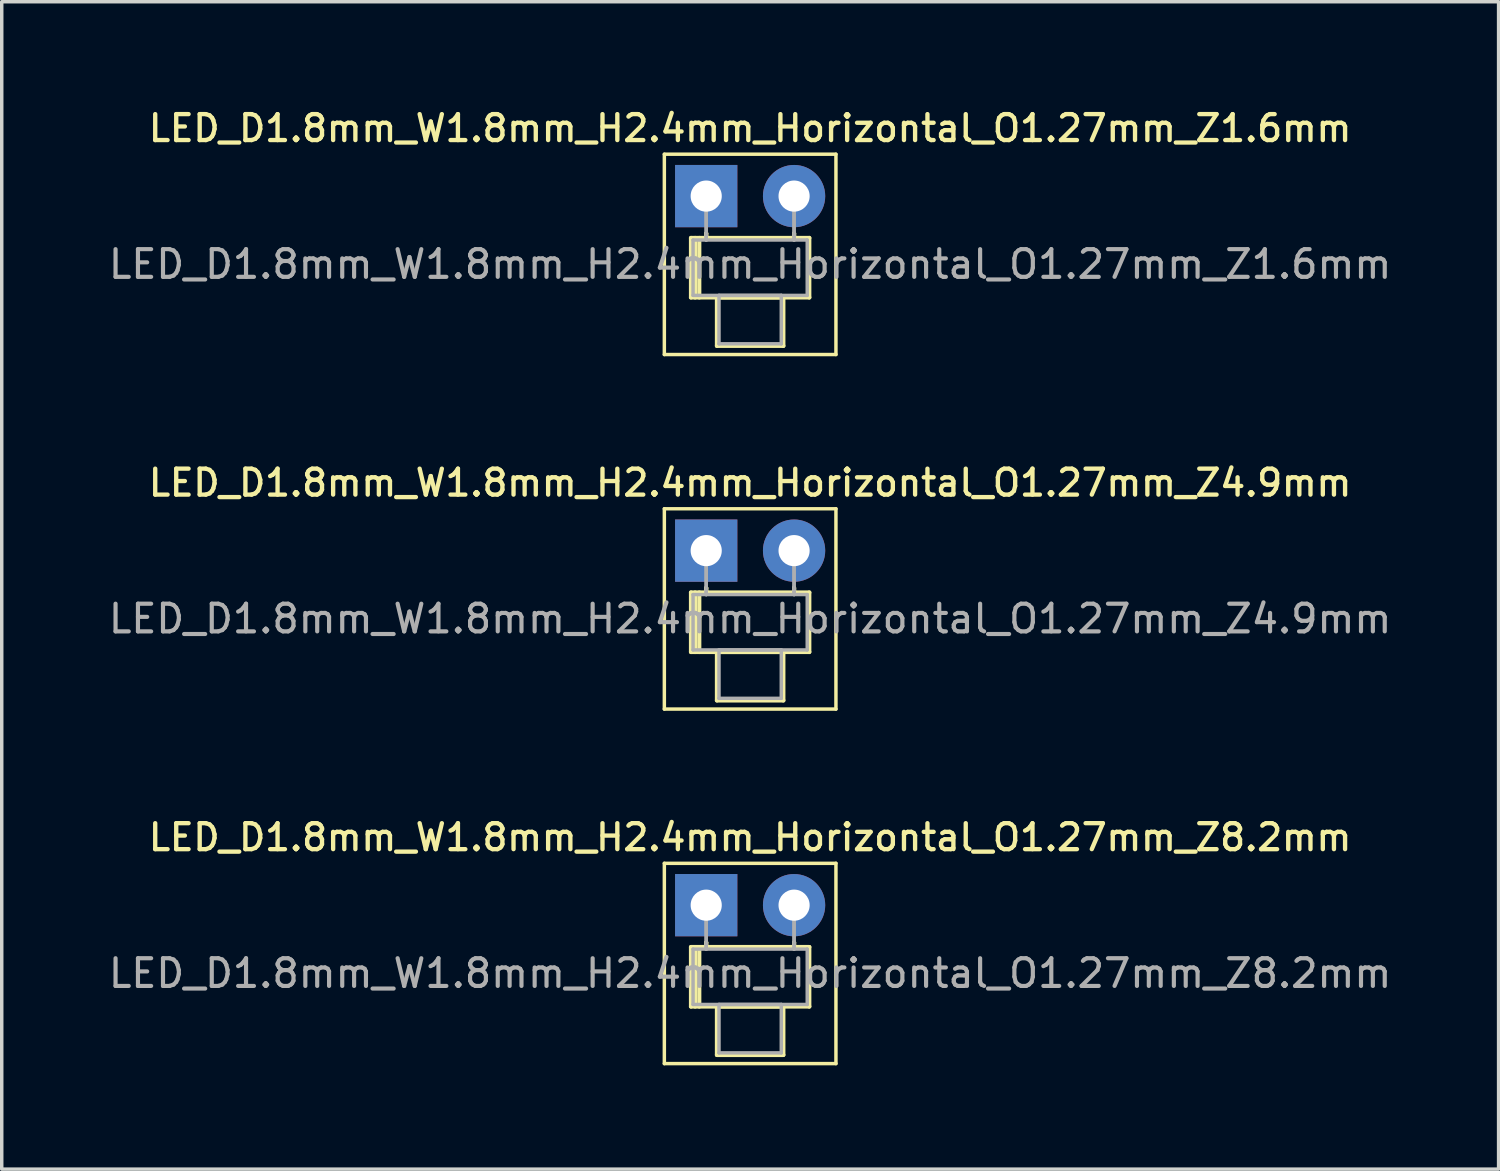
<source format=kicad_pcb>
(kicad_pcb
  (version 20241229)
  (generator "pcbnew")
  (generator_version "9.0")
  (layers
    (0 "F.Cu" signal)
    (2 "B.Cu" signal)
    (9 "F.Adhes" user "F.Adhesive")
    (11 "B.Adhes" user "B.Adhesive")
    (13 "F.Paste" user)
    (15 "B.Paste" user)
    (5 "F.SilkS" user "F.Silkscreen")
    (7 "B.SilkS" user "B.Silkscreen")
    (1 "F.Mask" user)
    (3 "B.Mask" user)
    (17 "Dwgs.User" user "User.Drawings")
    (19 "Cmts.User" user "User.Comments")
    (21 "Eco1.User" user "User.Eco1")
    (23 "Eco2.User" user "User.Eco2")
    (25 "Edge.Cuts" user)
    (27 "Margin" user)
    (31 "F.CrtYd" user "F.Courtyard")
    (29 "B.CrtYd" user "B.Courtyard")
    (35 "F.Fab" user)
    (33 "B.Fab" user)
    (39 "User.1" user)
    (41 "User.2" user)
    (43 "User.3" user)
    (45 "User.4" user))
  (footprint "LED_D1.8mm_W1.8mm_H2.4mm_Horizontal_O1.27mm_Z8.2mm"
    (layer "F.Cu")
    (at 17.363 23.114)
    (property "Reference" "LED_D1.8mm_W1.8mm_H2.4mm_Horizontal_O1.27mm_Z8.2mm" (at 1.27 -1.96 0) (layer "F.SilkS") (effects (font (size 0.75 0.75) (thickness 0.125))))
    (attr through_hole)
    (fp_line (start -1.21 -1.21) (end -1.21 4.58) (stroke (width 0.1) (type solid)) (layer "F.SilkS"))
    (fp_line (start -1.21 4.58) (end 3.75 4.58) (stroke (width 0.1) (type solid)) (layer "F.SilkS"))
    (fp_line (start -0.44 1.21) (end -0.44 2.93) (stroke (width 0.12) (type solid)) (layer "F.SilkS"))
    (fp_line (start -0.44 2.93) (end 2.98 2.93) (stroke (width 0.12) (type solid)) (layer "F.SilkS"))
    (fp_line (start -0.32 1.21) (end -0.32 2.93) (stroke (width 0.12) (type solid)) (layer "F.SilkS"))
    (fp_line (start -0.2 1.21) (end -0.2 2.93) (stroke (width 0.12) (type solid)) (layer "F.SilkS"))
    (fp_line (start 0 1.08) (end 0 1.08) (stroke (width 0.12) (type solid)) (layer "F.SilkS"))
    (fp_line (start 0 1.08) (end 0 1.21) (stroke (width 0.12) (type solid)) (layer "F.SilkS"))
    (fp_line (start 0 1.21) (end 0 1.08) (stroke (width 0.12) (type solid)) (layer "F.SilkS"))
    (fp_line (start 0 1.21) (end 0 1.21) (stroke (width 0.12) (type solid)) (layer "F.SilkS"))
    (fp_line (start 0.31 2.93) (end 0.31 4.33) (stroke (width 0.12) (type solid)) (layer "F.SilkS"))
    (fp_line (start 0.31 4.33) (end 2.23 4.33) (stroke (width 0.12) (type solid)) (layer "F.SilkS"))
    (fp_line (start 2.23 2.93) (end 0.31 2.93) (stroke (width 0.12) (type solid)) (layer "F.SilkS"))
    (fp_line (start 2.23 4.33) (end 2.23 2.93) (stroke (width 0.12) (type solid)) (layer "F.SilkS"))
    (fp_line (start 2.54 1.08) (end 2.54 1.08) (stroke (width 0.12) (type solid)) (layer "F.SilkS"))
    (fp_line (start 2.54 1.08) (end 2.54 1.21) (stroke (width 0.12) (type solid)) (layer "F.SilkS"))
    (fp_line (start 2.54 1.21) (end 2.54 1.08) (stroke (width 0.12) (type solid)) (layer "F.SilkS"))
    (fp_line (start 2.54 1.21) (end 2.54 1.21) (stroke (width 0.12) (type solid)) (layer "F.SilkS"))
    (fp_line (start 2.98 1.21) (end -0.44 1.21) (stroke (width 0.12) (type solid)) (layer "F.SilkS"))
    (fp_line (start 2.98 2.93) (end 2.98 1.21) (stroke (width 0.12) (type solid)) (layer "F.SilkS"))
    (fp_line (start 3.75 -1.21) (end -1.21 -1.21) (stroke (width 0.1) (type solid)) (layer "F.SilkS"))
    (fp_line (start 3.75 4.58) (end 3.75 -1.21) (stroke (width 0.1) (type solid)) (layer "F.SilkS"))
    (fp_line (start -0.38 1.27) (end -0.38 2.87) (stroke (width 0.1) (type solid)) (layer "F.Fab"))
    (fp_line (start -0.38 2.87) (end 2.92 2.87) (stroke (width 0.1) (type solid)) (layer "F.Fab"))
    (fp_line (start 0 0) (end 0 0) (stroke (width 0.1) (type solid)) (layer "F.Fab"))
    (fp_line (start 0 0) (end 0 1.27) (stroke (width 0.1) (type solid)) (layer "F.Fab"))
    (fp_line (start 0 1.27) (end 0 0) (stroke (width 0.1) (type solid)) (layer "F.Fab"))
    (fp_line (start 0 1.27) (end 0 1.27) (stroke (width 0.1) (type solid)) (layer "F.Fab"))
    (fp_line (start 0.37 2.87) (end 0.37 4.27) (stroke (width 0.1) (type solid)) (layer "F.Fab"))
    (fp_line (start 0.37 4.27) (end 2.17 4.27) (stroke (width 0.1) (type solid)) (layer "F.Fab"))
    (fp_line (start 2.17 2.87) (end 0.37 2.87) (stroke (width 0.1) (type solid)) (layer "F.Fab"))
    (fp_line (start 2.17 4.27) (end 2.17 2.87) (stroke (width 0.1) (type solid)) (layer "F.Fab"))
    (fp_line (start 2.54 0) (end 2.54 0) (stroke (width 0.1) (type solid)) (layer "F.Fab"))
    (fp_line (start 2.54 0) (end 2.54 1.27) (stroke (width 0.1) (type solid)) (layer "F.Fab"))
    (fp_line (start 2.54 1.27) (end 2.54 0) (stroke (width 0.1) (type solid)) (layer "F.Fab"))
    (fp_line (start 2.54 1.27) (end 2.54 1.27) (stroke (width 0.1) (type solid)) (layer "F.Fab"))
    (fp_line (start 2.92 1.27) (end -0.38 1.27) (stroke (width 0.1) (type solid)) (layer "F.Fab"))
    (fp_line (start 2.92 2.87) (end 2.92 1.27) (stroke (width 0.1) (type solid)) (layer "F.Fab"))
    (fp_text user "${REFERENCE}" (at 1.27 1.97 0) (layer "F.Fab") (effects (font (size 0.8 0.8) (thickness 0.12))))
    (pad "1" thru_hole rect (at 0 0) (size 1.8 1.8) (drill 0.9) (layers "*.Cu" "*.Mask"))
    (pad "2" thru_hole circle (at 2.54 0) (size 1.8 1.8) (drill 0.9) (layers "*.Cu" "*.Mask")))
  (footprint "LED_D1.8mm_W1.8mm_H2.4mm_Horizontal_O1.27mm_Z4.9mm"
    (layer "F.Cu")
    (at 17.363 12.866)
    (property "Reference" "LED_D1.8mm_W1.8mm_H2.4mm_Horizontal_O1.27mm_Z4.9mm" (at 1.27 -1.96 0) (layer "F.SilkS") (effects (font (size 0.75 0.75) (thickness 0.125))))
    (attr through_hole)
    (fp_line (start -1.21 -1.21) (end -1.21 4.58) (stroke (width 0.1) (type solid)) (layer "F.SilkS"))
    (fp_line (start -1.21 4.58) (end 3.75 4.58) (stroke (width 0.1) (type solid)) (layer "F.SilkS"))
    (fp_line (start -0.44 1.21) (end -0.44 2.93) (stroke (width 0.12) (type solid)) (layer "F.SilkS"))
    (fp_line (start -0.44 2.93) (end 2.98 2.93) (stroke (width 0.12) (type solid)) (layer "F.SilkS"))
    (fp_line (start -0.32 1.21) (end -0.32 2.93) (stroke (width 0.12) (type solid)) (layer "F.SilkS"))
    (fp_line (start -0.2 1.21) (end -0.2 2.93) (stroke (width 0.12) (type solid)) (layer "F.SilkS"))
    (fp_line (start 0 1.08) (end 0 1.08) (stroke (width 0.12) (type solid)) (layer "F.SilkS"))
    (fp_line (start 0 1.08) (end 0 1.21) (stroke (width 0.12) (type solid)) (layer "F.SilkS"))
    (fp_line (start 0 1.21) (end 0 1.08) (stroke (width 0.12) (type solid)) (layer "F.SilkS"))
    (fp_line (start 0 1.21) (end 0 1.21) (stroke (width 0.12) (type solid)) (layer "F.SilkS"))
    (fp_line (start 0.31 2.93) (end 0.31 4.33) (stroke (width 0.12) (type solid)) (layer "F.SilkS"))
    (fp_line (start 0.31 4.33) (end 2.23 4.33) (stroke (width 0.12) (type solid)) (layer "F.SilkS"))
    (fp_line (start 2.23 2.93) (end 0.31 2.93) (stroke (width 0.12) (type solid)) (layer "F.SilkS"))
    (fp_line (start 2.23 4.33) (end 2.23 2.93) (stroke (width 0.12) (type solid)) (layer "F.SilkS"))
    (fp_line (start 2.54 1.08) (end 2.54 1.08) (stroke (width 0.12) (type solid)) (layer "F.SilkS"))
    (fp_line (start 2.54 1.08) (end 2.54 1.21) (stroke (width 0.12) (type solid)) (layer "F.SilkS"))
    (fp_line (start 2.54 1.21) (end 2.54 1.08) (stroke (width 0.12) (type solid)) (layer "F.SilkS"))
    (fp_line (start 2.54 1.21) (end 2.54 1.21) (stroke (width 0.12) (type solid)) (layer "F.SilkS"))
    (fp_line (start 2.98 1.21) (end -0.44 1.21) (stroke (width 0.12) (type solid)) (layer "F.SilkS"))
    (fp_line (start 2.98 2.93) (end 2.98 1.21) (stroke (width 0.12) (type solid)) (layer "F.SilkS"))
    (fp_line (start 3.75 -1.21) (end -1.21 -1.21) (stroke (width 0.1) (type solid)) (layer "F.SilkS"))
    (fp_line (start 3.75 4.58) (end 3.75 -1.21) (stroke (width 0.1) (type solid)) (layer "F.SilkS"))
    (fp_line (start -0.38 1.27) (end -0.38 2.87) (stroke (width 0.1) (type solid)) (layer "F.Fab"))
    (fp_line (start -0.38 2.87) (end 2.92 2.87) (stroke (width 0.1) (type solid)) (layer "F.Fab"))
    (fp_line (start 0 0) (end 0 0) (stroke (width 0.1) (type solid)) (layer "F.Fab"))
    (fp_line (start 0 0) (end 0 1.27) (stroke (width 0.1) (type solid)) (layer "F.Fab"))
    (fp_line (start 0 1.27) (end 0 0) (stroke (width 0.1) (type solid)) (layer "F.Fab"))
    (fp_line (start 0 1.27) (end 0 1.27) (stroke (width 0.1) (type solid)) (layer "F.Fab"))
    (fp_line (start 0.37 2.87) (end 0.37 4.27) (stroke (width 0.1) (type solid)) (layer "F.Fab"))
    (fp_line (start 0.37 4.27) (end 2.17 4.27) (stroke (width 0.1) (type solid)) (layer "F.Fab"))
    (fp_line (start 2.17 2.87) (end 0.37 2.87) (stroke (width 0.1) (type solid)) (layer "F.Fab"))
    (fp_line (start 2.17 4.27) (end 2.17 2.87) (stroke (width 0.1) (type solid)) (layer "F.Fab"))
    (fp_line (start 2.54 0) (end 2.54 0) (stroke (width 0.1) (type solid)) (layer "F.Fab"))
    (fp_line (start 2.54 0) (end 2.54 1.27) (stroke (width 0.1) (type solid)) (layer "F.Fab"))
    (fp_line (start 2.54 1.27) (end 2.54 0) (stroke (width 0.1) (type solid)) (layer "F.Fab"))
    (fp_line (start 2.54 1.27) (end 2.54 1.27) (stroke (width 0.1) (type solid)) (layer "F.Fab"))
    (fp_line (start 2.92 1.27) (end -0.38 1.27) (stroke (width 0.1) (type solid)) (layer "F.Fab"))
    (fp_line (start 2.92 2.87) (end 2.92 1.27) (stroke (width 0.1) (type solid)) (layer "F.Fab"))
    (fp_text user "${REFERENCE}" (at 1.27 1.97 0) (layer "F.Fab") (effects (font (size 0.8 0.8) (thickness 0.12))))
    (pad "1" thru_hole rect (at 0 0) (size 1.8 1.8) (drill 0.9) (layers "*.Cu" "*.Mask"))
    (pad "2" thru_hole circle (at 2.54 0) (size 1.8 1.8) (drill 0.9) (layers "*.Cu" "*.Mask")))
  (footprint "LED_D1.8mm_W1.8mm_H2.4mm_Horizontal_O1.27mm_Z1.6mm"
    (layer "F.Cu")
    (at 17.363 2.618)
    (property "Reference" "LED_D1.8mm_W1.8mm_H2.4mm_Horizontal_O1.27mm_Z1.6mm" (at 1.27 -1.96 0) (layer "F.SilkS") (effects (font (size 0.75 0.75) (thickness 0.125))))
    (attr through_hole)
    (fp_line (start -1.21 -1.21) (end -1.21 4.58) (stroke (width 0.1) (type solid)) (layer "F.SilkS"))
    (fp_line (start -1.21 4.58) (end 3.75 4.58) (stroke (width 0.1) (type solid)) (layer "F.SilkS"))
    (fp_line (start -0.44 1.21) (end -0.44 2.93) (stroke (width 0.12) (type solid)) (layer "F.SilkS"))
    (fp_line (start -0.44 2.93) (end 2.98 2.93) (stroke (width 0.12) (type solid)) (layer "F.SilkS"))
    (fp_line (start -0.32 1.21) (end -0.32 2.93) (stroke (width 0.12) (type solid)) (layer "F.SilkS"))
    (fp_line (start -0.2 1.21) (end -0.2 2.93) (stroke (width 0.12) (type solid)) (layer "F.SilkS"))
    (fp_line (start 0 1.08) (end 0 1.08) (stroke (width 0.12) (type solid)) (layer "F.SilkS"))
    (fp_line (start 0 1.08) (end 0 1.21) (stroke (width 0.12) (type solid)) (layer "F.SilkS"))
    (fp_line (start 0 1.21) (end 0 1.08) (stroke (width 0.12) (type solid)) (layer "F.SilkS"))
    (fp_line (start 0 1.21) (end 0 1.21) (stroke (width 0.12) (type solid)) (layer "F.SilkS"))
    (fp_line (start 0.31 2.93) (end 0.31 4.33) (stroke (width 0.12) (type solid)) (layer "F.SilkS"))
    (fp_line (start 0.31 4.33) (end 2.23 4.33) (stroke (width 0.12) (type solid)) (layer "F.SilkS"))
    (fp_line (start 2.23 2.93) (end 0.31 2.93) (stroke (width 0.12) (type solid)) (layer "F.SilkS"))
    (fp_line (start 2.23 4.33) (end 2.23 2.93) (stroke (width 0.12) (type solid)) (layer "F.SilkS"))
    (fp_line (start 2.54 1.08) (end 2.54 1.08) (stroke (width 0.12) (type solid)) (layer "F.SilkS"))
    (fp_line (start 2.54 1.08) (end 2.54 1.21) (stroke (width 0.12) (type solid)) (layer "F.SilkS"))
    (fp_line (start 2.54 1.21) (end 2.54 1.08) (stroke (width 0.12) (type solid)) (layer "F.SilkS"))
    (fp_line (start 2.54 1.21) (end 2.54 1.21) (stroke (width 0.12) (type solid)) (layer "F.SilkS"))
    (fp_line (start 2.98 1.21) (end -0.44 1.21) (stroke (width 0.12) (type solid)) (layer "F.SilkS"))
    (fp_line (start 2.98 2.93) (end 2.98 1.21) (stroke (width 0.12) (type solid)) (layer "F.SilkS"))
    (fp_line (start 3.75 -1.21) (end -1.21 -1.21) (stroke (width 0.1) (type solid)) (layer "F.SilkS"))
    (fp_line (start 3.75 4.58) (end 3.75 -1.21) (stroke (width 0.1) (type solid)) (layer "F.SilkS"))
    (fp_line (start -0.38 1.27) (end -0.38 2.87) (stroke (width 0.1) (type solid)) (layer "F.Fab"))
    (fp_line (start -0.38 2.87) (end 2.92 2.87) (stroke (width 0.1) (type solid)) (layer "F.Fab"))
    (fp_line (start 0 0) (end 0 0) (stroke (width 0.1) (type solid)) (layer "F.Fab"))
    (fp_line (start 0 0) (end 0 1.27) (stroke (width 0.1) (type solid)) (layer "F.Fab"))
    (fp_line (start 0 1.27) (end 0 0) (stroke (width 0.1) (type solid)) (layer "F.Fab"))
    (fp_line (start 0 1.27) (end 0 1.27) (stroke (width 0.1) (type solid)) (layer "F.Fab"))
    (fp_line (start 0.37 2.87) (end 0.37 4.27) (stroke (width 0.1) (type solid)) (layer "F.Fab"))
    (fp_line (start 0.37 4.27) (end 2.17 4.27) (stroke (width 0.1) (type solid)) (layer "F.Fab"))
    (fp_line (start 2.17 2.87) (end 0.37 2.87) (stroke (width 0.1) (type solid)) (layer "F.Fab"))
    (fp_line (start 2.17 4.27) (end 2.17 2.87) (stroke (width 0.1) (type solid)) (layer "F.Fab"))
    (fp_line (start 2.54 0) (end 2.54 0) (stroke (width 0.1) (type solid)) (layer "F.Fab"))
    (fp_line (start 2.54 0) (end 2.54 1.27) (stroke (width 0.1) (type solid)) (layer "F.Fab"))
    (fp_line (start 2.54 1.27) (end 2.54 0) (stroke (width 0.1) (type solid)) (layer "F.Fab"))
    (fp_line (start 2.54 1.27) (end 2.54 1.27) (stroke (width 0.1) (type solid)) (layer "F.Fab"))
    (fp_line (start 2.92 1.27) (end -0.38 1.27) (stroke (width 0.1) (type solid)) (layer "F.Fab"))
    (fp_line (start 2.92 2.87) (end 2.92 1.27) (stroke (width 0.1) (type solid)) (layer "F.Fab"))
    (fp_text user "${REFERENCE}" (at 1.27 1.97 0) (layer "F.Fab") (effects (font (size 0.8 0.8) (thickness 0.12))))
    (pad "1" thru_hole rect (at 0 0) (size 1.8 1.8) (drill 0.9) (layers "*.Cu" "*.Mask"))
    (pad "2" thru_hole circle (at 2.54 0) (size 1.8 1.8) (drill 0.9) (layers "*.Cu" "*.Mask")))
  (gr_rect
    (start -3 -3)
    (end 40.267 30.744)
    (stroke (width 0.1) (type default))
    (fill no)
    (layer "Edge.Cuts")))
</source>
